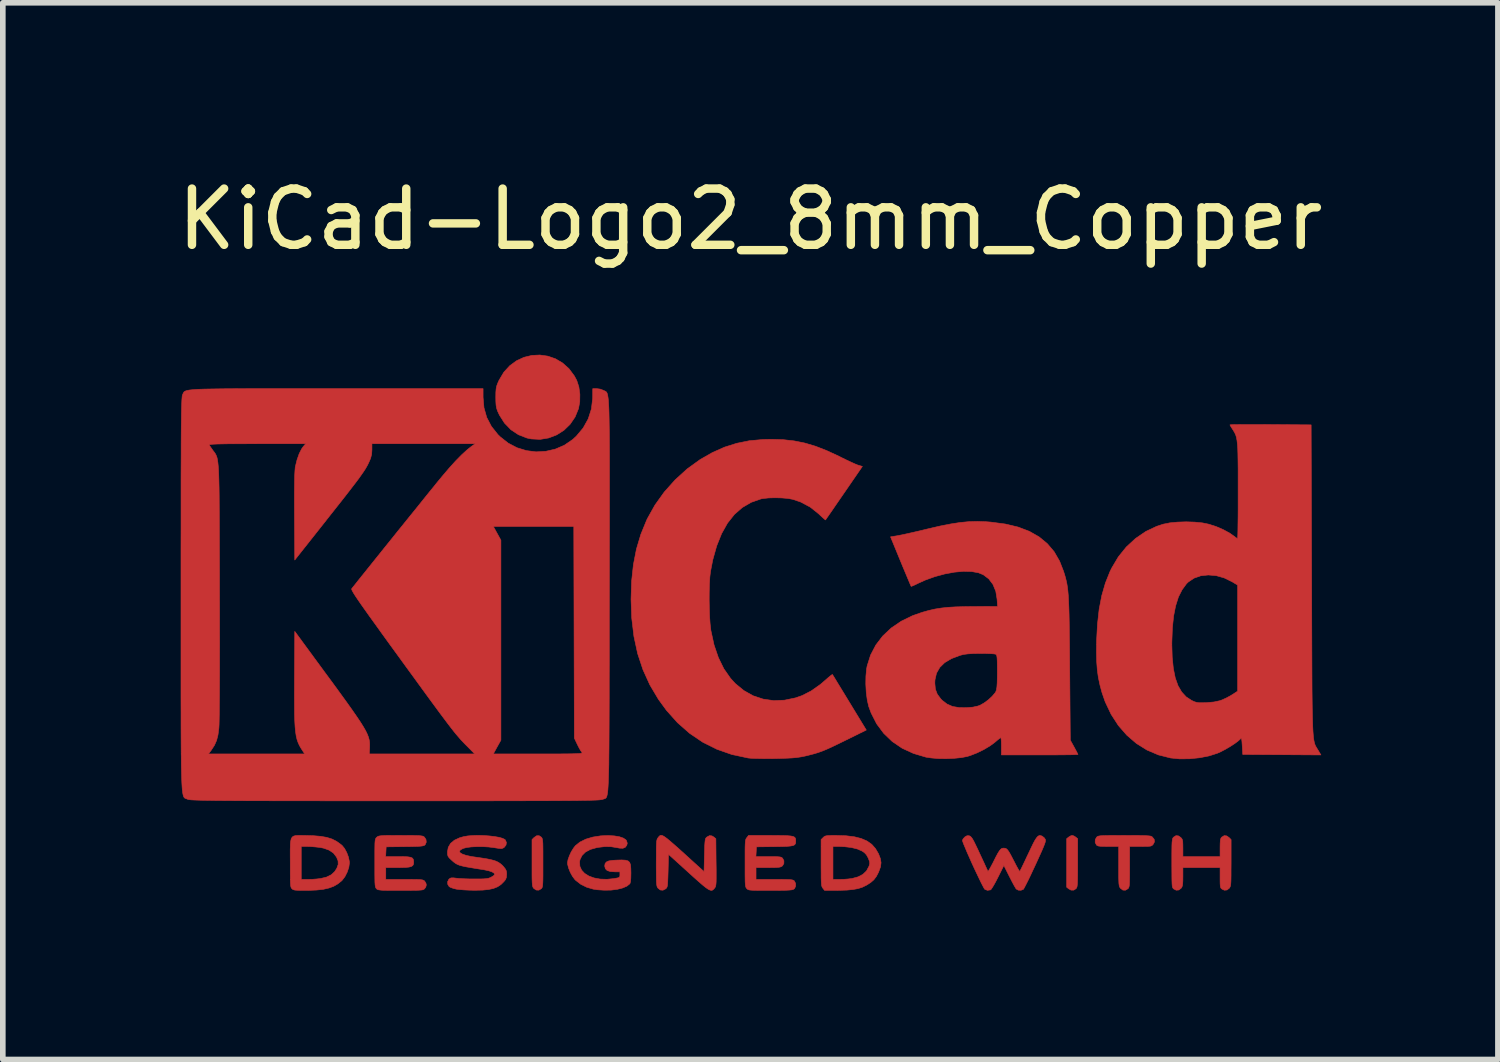
<source format=kicad_pcb>
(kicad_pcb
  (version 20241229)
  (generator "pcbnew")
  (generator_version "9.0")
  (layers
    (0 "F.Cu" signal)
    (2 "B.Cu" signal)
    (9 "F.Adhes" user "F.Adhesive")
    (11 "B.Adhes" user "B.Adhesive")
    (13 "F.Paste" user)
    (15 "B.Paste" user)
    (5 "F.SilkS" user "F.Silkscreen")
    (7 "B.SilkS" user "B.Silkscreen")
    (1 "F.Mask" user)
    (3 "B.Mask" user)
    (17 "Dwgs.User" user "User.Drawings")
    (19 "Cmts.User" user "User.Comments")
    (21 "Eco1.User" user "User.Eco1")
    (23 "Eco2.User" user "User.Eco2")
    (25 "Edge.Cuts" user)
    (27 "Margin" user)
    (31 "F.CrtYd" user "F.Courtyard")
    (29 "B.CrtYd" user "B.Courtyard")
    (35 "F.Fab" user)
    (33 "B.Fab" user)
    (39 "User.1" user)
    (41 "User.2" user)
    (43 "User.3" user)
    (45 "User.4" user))
  (footprint "KiCad-Logo2_8mm_Copper"
    (layer "F.Cu")
    (at 10.292 7.198)
    (property "Reference" "KiCad-Logo2_8mm_Copper" (at 0 -6.35 0) (layer "F.SilkS") (effects (font (size 1 1) (thickness 0.15))))
    (attr board_only exclude_from_pos_files exclude_from_bom allow_missing_courtyard)
    (fp_poly (pts (xy 5.752 4.615) (xy 5.783 4.635) (xy 5.819 4.664) (xy 5.819 5.092) (xy 5.819 5.217) (xy 5.818 5.316) (xy 5.817 5.391) (xy 5.815 5.447) (xy 5.812 5.487) (xy 5.808 5.515) (xy 5.802 5.533) (xy 5.795 5.545) (xy 5.79 5.552) (xy 5.748 5.579) (xy 5.701 5.578) (xy 5.659 5.555) (xy 5.623 5.526) (xy 5.623 4.664) (xy 5.659 4.635) (xy 5.693 4.614) (xy 5.721 4.606) (xy 5.752 4.615)) (stroke (width 0.01) (type solid)) (fill yes) (layer "F.Cu"))
    (fp_poly (pts (xy -3.718 4.636) (xy -3.709 4.647) (xy -3.702 4.66) (xy -3.697 4.679) (xy -3.693 4.708) (xy -3.69 4.751) (xy -3.689 4.811) (xy -3.688 4.89) (xy -3.688 4.994) (xy -3.688 5.095) (xy -3.688 5.22) (xy -3.688 5.318) (xy -3.689 5.393) (xy -3.691 5.449) (xy -3.694 5.489) (xy -3.698 5.516) (xy -3.703 5.533) (xy -3.711 5.545) (xy -3.718 5.553) (xy -3.762 5.579) (xy -3.808 5.577) (xy -3.85 5.549) (xy -3.86 5.537) (xy -3.867 5.524) (xy -3.873 5.506) (xy -3.877 5.479) (xy -3.88 5.439) (xy -3.882 5.383) (xy -3.883 5.308) (xy -3.883 5.209) (xy -3.883 5.097) (xy -3.883 4.68) (xy -3.846 4.643) (xy -3.801 4.612) (xy -3.756 4.611) (xy -3.718 4.636)) (stroke (width 0.01) (type solid)) (fill yes) (layer "F.Cu"))
    (fp_poly (pts (xy -3.602 -3.916) (xy -3.466 -3.869) (xy -3.339 -3.794) (xy -3.226 -3.693) (xy -3.13 -3.564) (xy -3.087 -3.483) (xy -3.05 -3.37) (xy -3.032 -3.239) (xy -3.034 -3.105) (xy -3.056 -2.983) (xy -3.117 -2.834) (xy -3.205 -2.705) (xy -3.315 -2.598) (xy -3.444 -2.516) (xy -3.587 -2.461) (xy -3.739 -2.436) (xy -3.896 -2.444) (xy -3.973 -2.46) (xy -4.124 -2.519) (xy -4.258 -2.608) (xy -4.372 -2.726) (xy -4.463 -2.869) (xy -4.47 -2.885) (xy -4.497 -2.943) (xy -4.513 -2.993) (xy -4.522 -3.045) (xy -4.526 -3.111) (xy -4.527 -3.184) (xy -4.526 -3.271) (xy -4.521 -3.334) (xy -4.511 -3.385) (xy -4.492 -3.436) (xy -4.469 -3.487) (xy -4.384 -3.63) (xy -4.279 -3.745) (xy -4.158 -3.834) (xy -4.026 -3.895) (xy -3.886 -3.929) (xy -3.744 -3.936) (xy -3.602 -3.916)) (stroke (width 0.01) (type solid)) (fill yes) (layer "F.Cu"))
    (fp_poly (pts (xy 6.783 4.607) (xy 6.887 4.607) (xy 6.969 4.608) (xy 7.03 4.61) (xy 7.074 4.613) (xy 7.105 4.616) (xy 7.126 4.621) (xy 7.139 4.628) (xy 7.146 4.633) (xy 7.18 4.676) (xy 7.184 4.721) (xy 7.163 4.762) (xy 7.149 4.778) (xy 7.134 4.789) (xy 7.113 4.796) (xy 7.079 4.8) (xy 7.027 4.801) (xy 6.952 4.802) (xy 6.937 4.802) (xy 6.743 4.802) (xy 6.743 5.163) (xy 6.743 5.276) (xy 6.742 5.364) (xy 6.741 5.429) (xy 6.739 5.475) (xy 6.735 5.507) (xy 6.729 5.528) (xy 6.722 5.543) (xy 6.713 5.553) (xy 6.669 5.58) (xy 6.623 5.578) (xy 6.582 5.547) (xy 6.579 5.544) (xy 6.569 5.53) (xy 6.561 5.513) (xy 6.556 5.49) (xy 6.552 5.457) (xy 6.55 5.409) (xy 6.548 5.343) (xy 6.548 5.254) (xy 6.548 5.153) (xy 6.548 4.802) (xy 6.362 4.802) (xy 6.282 4.801) (xy 6.227 4.799) (xy 6.191 4.795) (xy 6.168 4.787) (xy 6.153 4.776) (xy 6.152 4.774) (xy 6.13 4.73) (xy 6.132 4.68) (xy 6.157 4.636) (xy 6.167 4.628) (xy 6.179 4.621) (xy 6.198 4.616) (xy 6.226 4.612) (xy 6.267 4.61) (xy 6.324 4.608) (xy 6.4 4.607) (xy 6.499 4.607) (xy 6.624 4.606) (xy 6.651 4.606) (xy 6.783 4.607)) (stroke (width 0.01) (type solid)) (fill yes) (layer "F.Cu"))
    (fp_poly (pts (xy 8.468 4.614) (xy 8.51 4.643) (xy 8.547 4.68) (xy 8.547 5.092) (xy 8.546 5.214) (xy 8.546 5.31) (xy 8.545 5.384) (xy 8.543 5.438) (xy 8.54 5.476) (xy 8.536 5.503) (xy 8.529 5.521) (xy 8.522 5.535) (xy 8.515 5.544) (xy 8.474 5.576) (xy 8.427 5.58) (xy 8.385 5.56) (xy 8.37 5.548) (xy 8.361 5.532) (xy 8.355 5.507) (xy 8.352 5.466) (xy 8.351 5.405) (xy 8.351 5.357) (xy 8.351 5.178) (xy 7.69 5.178) (xy 7.69 5.341) (xy 7.689 5.416) (xy 7.686 5.467) (xy 7.681 5.501) (xy 7.671 5.526) (xy 7.659 5.544) (xy 7.618 5.576) (xy 7.571 5.58) (xy 7.526 5.557) (xy 7.514 5.545) (xy 7.506 5.529) (xy 7.5 5.504) (xy 7.497 5.465) (xy 7.495 5.406) (xy 7.494 5.324) (xy 7.494 5.305) (xy 7.493 5.15) (xy 7.493 5.023) (xy 7.493 4.919) (xy 7.494 4.838) (xy 7.495 4.775) (xy 7.497 4.728) (xy 7.501 4.695) (xy 7.505 4.671) (xy 7.51 4.656) (xy 7.517 4.645) (xy 7.525 4.636) (xy 7.567 4.61) (xy 7.611 4.614) (xy 7.653 4.643) (xy 7.67 4.662) (xy 7.681 4.684) (xy 7.687 4.714) (xy 7.689 4.76) (xy 7.69 4.828) (xy 7.69 4.982) (xy 8.351 4.982) (xy 8.351 4.824) (xy 8.352 4.752) (xy 8.355 4.703) (xy 8.36 4.671) (xy 8.37 4.649) (xy 8.381 4.636) (xy 8.424 4.61) (xy 8.468 4.614)) (stroke (width 0.01) (type solid)) (fill yes) (layer "F.Cu"))
    (fp_poly (pts (xy 1.531 4.607) (xy 1.703 4.612) (xy 1.849 4.63) (xy 1.971 4.661) (xy 2.073 4.705) (xy 2.157 4.764) (xy 2.224 4.84) (xy 2.278 4.932) (xy 2.279 4.934) (xy 2.311 5.017) (xy 2.323 5.09) (xy 2.314 5.164) (xy 2.283 5.248) (xy 2.278 5.261) (xy 2.239 5.336) (xy 2.195 5.394) (xy 2.139 5.443) (xy 2.062 5.492) (xy 2.057 5.494) (xy 1.99 5.527) (xy 1.915 5.551) (xy 1.825 5.567) (xy 1.718 5.578) (xy 1.586 5.582) (xy 1.54 5.583) (xy 1.319 5.583) (xy 1.288 5.544) (xy 1.279 5.531) (xy 1.272 5.516) (xy 1.266 5.494) (xy 1.263 5.464) (xy 1.26 5.42) (xy 1.259 5.388) (xy 1.468 5.388) (xy 1.593 5.388) (xy 1.666 5.386) (xy 1.741 5.38) (xy 1.802 5.372) (xy 1.806 5.372) (xy 1.916 5.342) (xy 2 5.298) (xy 2.064 5.237) (xy 2.107 5.157) (xy 2.115 5.136) (xy 2.122 5.103) (xy 2.119 5.071) (xy 2.103 5.028) (xy 2.094 5.006) (xy 2.063 4.95) (xy 2.025 4.91) (xy 1.984 4.883) (xy 1.902 4.847) (xy 1.796 4.821) (xy 1.673 4.806) (xy 1.584 4.802) (xy 1.468 4.802) (xy 1.468 5.388) (xy 1.259 5.388) (xy 1.258 5.36) (xy 1.258 5.279) (xy 1.257 5.174) (xy 1.257 5.092) (xy 1.257 4.68) (xy 1.294 4.643) (xy 1.31 4.628) (xy 1.328 4.618) (xy 1.353 4.612) (xy 1.39 4.608) (xy 1.446 4.607) (xy 1.526 4.607) (xy 1.531 4.607)) (stroke (width 0.01) (type solid)) (fill yes) (layer "F.Cu"))
    (fp_poly (pts (xy -7.975 4.606) (xy -7.922 4.607) (xy -7.768 4.611) (xy -7.639 4.622) (xy -7.531 4.641) (xy -7.439 4.67) (xy -7.358 4.711) (xy -7.286 4.763) (xy -7.259 4.785) (xy -7.216 4.838) (xy -7.177 4.91) (xy -7.147 4.99) (xy -7.131 5.067) (xy -7.129 5.095) (xy -7.14 5.173) (xy -7.169 5.259) (xy -7.21 5.34) (xy -7.259 5.404) (xy -7.267 5.412) (xy -7.335 5.467) (xy -7.409 5.51) (xy -7.493 5.541) (xy -7.593 5.564) (xy -7.712 5.577) (xy -7.854 5.583) (xy -7.919 5.583) (xy -8.002 5.583) (xy -8.06 5.581) (xy -8.099 5.578) (xy -8.125 5.571) (xy -8.142 5.562) (xy -8.151 5.553) (xy -8.16 5.543) (xy -8.167 5.53) (xy -8.172 5.511) (xy -8.176 5.481) (xy -8.179 5.439) (xy -8.18 5.379) (xy -8.181 5.299) (xy -8.181 5.196) (xy -8.181 5.095) (xy -8.182 4.961) (xy -8.182 4.853) (xy -8.18 4.802) (xy -7.986 4.802) (xy -7.986 5.388) (xy -7.862 5.388) (xy -7.787 5.386) (xy -7.709 5.38) (xy -7.644 5.372) (xy -7.642 5.372) (xy -7.537 5.347) (xy -7.455 5.307) (xy -7.393 5.251) (xy -7.353 5.189) (xy -7.329 5.122) (xy -7.331 5.058) (xy -7.359 4.99) (xy -7.414 4.919) (xy -7.491 4.867) (xy -7.59 4.832) (xy -7.657 4.819) (xy -7.732 4.811) (xy -7.812 4.804) (xy -7.881 4.802) (xy -7.885 4.802) (xy -7.986 4.802) (xy -8.18 4.802) (xy -8.18 4.77) (xy -8.174 4.708) (xy -8.163 4.663) (xy -8.145 4.634) (xy -8.119 4.617) (xy -8.083 4.608) (xy -8.036 4.606) (xy -7.975 4.606)) (stroke (width 0.01) (type solid)) (fill yes) (layer "F.Cu"))
    (fp_poly (pts (xy -1.556 4.612) (xy -1.524 4.631) (xy -1.483 4.661) (xy -1.431 4.704) (xy -1.364 4.762) (xy -1.281 4.835) (xy -1.18 4.926) (xy -1.065 5.031) (xy -0.824 5.249) (xy -0.817 4.957) (xy -0.814 4.856) (xy -0.812 4.781) (xy -0.808 4.727) (xy -0.804 4.691) (xy -0.799 4.667) (xy -0.79 4.651) (xy -0.78 4.64) (xy -0.774 4.635) (xy -0.728 4.61) (xy -0.684 4.614) (xy -0.649 4.635) (xy -0.614 4.664) (xy -0.61 5.083) (xy -0.608 5.206) (xy -0.608 5.303) (xy -0.608 5.377) (xy -0.609 5.432) (xy -0.612 5.471) (xy -0.616 5.499) (xy -0.621 5.518) (xy -0.629 5.532) (xy -0.637 5.543) (xy -0.655 5.564) (xy -0.673 5.578) (xy -0.693 5.583) (xy -0.718 5.578) (xy -0.751 5.562) (xy -0.793 5.533) (xy -0.848 5.489) (xy -0.917 5.429) (xy -1.004 5.352) (xy -1.102 5.263) (xy -1.456 4.942) (xy -1.463 5.234) (xy -1.466 5.335) (xy -1.469 5.41) (xy -1.472 5.463) (xy -1.476 5.5) (xy -1.482 5.523) (xy -1.49 5.539) (xy -1.501 5.55) (xy -1.506 5.555) (xy -1.555 5.58) (xy -1.602 5.576) (xy -1.642 5.544) (xy -1.652 5.531) (xy -1.659 5.515) (xy -1.664 5.494) (xy -1.668 5.464) (xy -1.671 5.42) (xy -1.672 5.359) (xy -1.673 5.278) (xy -1.674 5.173) (xy -1.674 5.095) (xy -1.673 4.973) (xy -1.673 4.878) (xy -1.672 4.805) (xy -1.67 4.751) (xy -1.667 4.713) (xy -1.662 4.686) (xy -1.656 4.668) (xy -1.648 4.654) (xy -1.642 4.646) (xy -1.627 4.627) (xy -1.613 4.613) (xy -1.598 4.605) (xy -1.58 4.604) (xy -1.556 4.612)) (stroke (width 0.01) (type solid)) (fill yes) (layer "F.Cu"))
    (fp_poly (pts (xy -2.421 4.614) (xy -2.33 4.629) (xy -2.26 4.653) (xy -2.214 4.684) (xy -2.202 4.702) (xy -2.189 4.744) (xy -2.198 4.781) (xy -2.225 4.817) (xy -2.266 4.834) (xy -2.327 4.832) (xy -2.374 4.823) (xy -2.478 4.806) (xy -2.584 4.804) (xy -2.703 4.818) (xy -2.736 4.824) (xy -2.846 4.855) (xy -2.933 4.902) (xy -2.994 4.963) (xy -3.03 5.037) (xy -3.037 5.075) (xy -3.032 5.154) (xy -3.001 5.223) (xy -2.947 5.281) (xy -2.872 5.328) (xy -2.779 5.362) (xy -2.671 5.382) (xy -2.551 5.386) (xy -2.422 5.373) (xy -2.415 5.371) (xy -2.364 5.362) (xy -2.335 5.353) (xy -2.323 5.339) (xy -2.32 5.316) (xy -2.32 5.304) (xy -2.32 5.253) (xy -2.411 5.253) (xy -2.492 5.247) (xy -2.546 5.23) (xy -2.578 5.198) (xy -2.59 5.152) (xy -2.59 5.146) (xy -2.583 5.106) (xy -2.56 5.078) (xy -2.517 5.059) (xy -2.45 5.049) (xy -2.385 5.045) (xy -2.291 5.042) (xy -2.223 5.046) (xy -2.176 5.059) (xy -2.147 5.085) (xy -2.132 5.127) (xy -2.126 5.191) (xy -2.124 5.273) (xy -2.126 5.366) (xy -2.132 5.429) (xy -2.141 5.462) (xy -2.143 5.465) (xy -2.195 5.507) (xy -2.271 5.54) (xy -2.366 5.564) (xy -2.476 5.578) (xy -2.596 5.58) (xy -2.72 5.572) (xy -2.793 5.561) (xy -2.908 5.528) (xy -3.015 5.475) (xy -3.104 5.406) (xy -3.118 5.393) (xy -3.162 5.335) (xy -3.202 5.263) (xy -3.232 5.188) (xy -3.25 5.119) (xy -3.252 5.093) (xy -3.243 5.038) (xy -3.219 4.97) (xy -3.186 4.898) (xy -3.146 4.833) (xy -3.112 4.789) (xy -3.031 4.724) (xy -2.926 4.672) (xy -2.801 4.635) (xy -2.66 4.613) (xy -2.53 4.608) (xy -2.421 4.614)) (stroke (width 0.01) (type solid)) (fill yes) (layer "F.Cu"))
    (fp_poly (pts (xy 0.482 4.607) (xy 0.583 4.608) (xy 0.661 4.611) (xy 0.719 4.616) (xy 0.758 4.624) (xy 0.784 4.636) (xy 0.798 4.652) (xy 0.805 4.673) (xy 0.806 4.699) (xy 0.806 4.703) (xy 0.805 4.733) (xy 0.799 4.756) (xy 0.784 4.774) (xy 0.757 4.786) (xy 0.715 4.794) (xy 0.655 4.8) (xy 0.572 4.803) (xy 0.463 4.805) (xy 0.43 4.805) (xy 0.107 4.809) (xy 0.103 4.896) (xy 0.098 4.982) (xy 0.322 4.982) (xy 0.41 4.982) (xy 0.472 4.984) (xy 0.515 4.987) (xy 0.542 4.992) (xy 0.56 5) (xy 0.573 5.012) (xy 0.573 5.012) (xy 0.596 5.056) (xy 0.595 5.105) (xy 0.571 5.146) (xy 0.566 5.15) (xy 0.549 5.161) (xy 0.525 5.169) (xy 0.49 5.174) (xy 0.438 5.176) (xy 0.364 5.177) (xy 0.316 5.178) (xy 0.1 5.178) (xy 0.1 5.388) (xy 0.428 5.388) (xy 0.537 5.388) (xy 0.619 5.389) (xy 0.679 5.391) (xy 0.721 5.393) (xy 0.749 5.398) (xy 0.767 5.404) (xy 0.778 5.412) (xy 0.781 5.415) (xy 0.803 5.457) (xy 0.805 5.505) (xy 0.787 5.547) (xy 0.773 5.56) (xy 0.758 5.567) (xy 0.736 5.573) (xy 0.702 5.577) (xy 0.653 5.58) (xy 0.585 5.582) (xy 0.495 5.583) (xy 0.379 5.583) (xy 0.353 5.583) (xy 0.235 5.583) (xy 0.143 5.583) (xy 0.075 5.582) (xy 0.025 5.58) (xy -0.01 5.577) (xy -0.033 5.572) (xy -0.048 5.565) (xy -0.059 5.557) (xy -0.065 5.55) (xy -0.074 5.539) (xy -0.081 5.526) (xy -0.086 5.506) (xy -0.09 5.477) (xy -0.093 5.434) (xy -0.094 5.374) (xy -0.095 5.294) (xy -0.095 5.189) (xy -0.095 5.102) (xy -0.095 4.979) (xy -0.095 4.882) (xy -0.094 4.808) (xy -0.092 4.754) (xy -0.089 4.715) (xy -0.085 4.688) (xy -0.079 4.669) (xy -0.071 4.655) (xy -0.064 4.646) (xy -0.033 4.606) (xy 0.353 4.606) (xy 0.482 4.607)) (stroke (width 0.01) (type solid)) (fill yes) (layer "F.Cu"))
    (fp_poly (pts (xy -6.099 4.607) (xy -6.007 4.607) (xy -5.937 4.608) (xy -5.886 4.61) (xy -5.851 4.614) (xy -5.827 4.618) (xy -5.811 4.625) (xy -5.799 4.633) (xy -5.795 4.637) (xy -5.768 4.678) (xy -5.763 4.726) (xy -5.781 4.768) (xy -5.789 4.777) (xy -5.802 4.785) (xy -5.823 4.791) (xy -5.855 4.796) (xy -5.903 4.8) (xy -5.971 4.802) (xy -6.062 4.804) (xy -6.146 4.805) (xy -6.476 4.809) (xy -6.485 4.982) (xy -6.261 4.982) (xy -6.164 4.983) (xy -6.092 4.986) (xy -6.043 4.994) (xy -6.012 5.007) (xy -5.995 5.028) (xy -5.988 5.057) (xy -5.987 5.084) (xy -5.99 5.117) (xy -6.003 5.141) (xy -6.028 5.158) (xy -6.071 5.169) (xy -6.133 5.175) (xy -6.221 5.177) (xy -6.268 5.178) (xy -6.483 5.178) (xy -6.483 5.388) (xy -6.152 5.388) (xy -6.044 5.388) (xy -5.962 5.389) (xy -5.901 5.39) (xy -5.859 5.393) (xy -5.83 5.397) (xy -5.811 5.404) (xy -5.798 5.412) (xy -5.792 5.418) (xy -5.769 5.454) (xy -5.762 5.486) (xy -5.772 5.525) (xy -5.792 5.553) (xy -5.802 5.562) (xy -5.816 5.569) (xy -5.836 5.575) (xy -5.866 5.578) (xy -5.911 5.581) (xy -5.973 5.582) (xy -6.056 5.583) (xy -6.164 5.583) (xy -6.22 5.583) (xy -6.34 5.583) (xy -6.434 5.583) (xy -6.505 5.582) (xy -6.556 5.58) (xy -6.592 5.576) (xy -6.617 5.572) (xy -6.633 5.566) (xy -6.644 5.558) (xy -6.648 5.553) (xy -6.657 5.543) (xy -6.664 5.53) (xy -6.669 5.511) (xy -6.673 5.481) (xy -6.676 5.438) (xy -6.677 5.379) (xy -6.678 5.298) (xy -6.678 5.194) (xy -6.678 5.097) (xy -6.678 4.973) (xy -6.678 4.876) (xy -6.677 4.801) (xy -6.676 4.746) (xy -6.673 4.707) (xy -6.669 4.681) (xy -6.663 4.663) (xy -6.656 4.651) (xy -6.646 4.641) (xy -6.644 4.639) (xy -6.632 4.629) (xy -6.619 4.622) (xy -6.6 4.616) (xy -6.571 4.612) (xy -6.53 4.609) (xy -6.472 4.607) (xy -6.394 4.607) (xy -6.291 4.606) (xy -6.218 4.606) (xy -6.099 4.607)) (stroke (width 0.01) (type solid)) (fill yes) (layer "F.Cu"))
    (fp_poly (pts (xy 5.161 4.609) (xy 5.187 4.618) (xy 5.188 4.619) (xy 5.223 4.646) (xy 5.243 4.674) (xy 5.246 4.687) (xy 5.246 4.704) (xy 5.241 4.729) (xy 5.229 4.764) (xy 5.21 4.812) (xy 5.182 4.878) (xy 5.144 4.962) (xy 5.095 5.07) (xy 5.068 5.129) (xy 5.019 5.233) (xy 4.974 5.33) (xy 4.933 5.414) (xy 4.898 5.483) (xy 4.872 5.533) (xy 4.856 5.561) (xy 4.852 5.565) (xy 4.811 5.581) (xy 4.764 5.579) (xy 4.727 5.559) (xy 4.725 5.557) (xy 4.711 5.534) (xy 4.686 5.491) (xy 4.654 5.431) (xy 4.618 5.361) (xy 4.605 5.336) (xy 4.507 5.14) (xy 4.401 5.352) (xy 4.363 5.426) (xy 4.328 5.489) (xy 4.298 5.538) (xy 4.277 5.568) (xy 4.27 5.574) (xy 4.215 5.582) (xy 4.169 5.565) (xy 4.155 5.546) (xy 4.132 5.503) (xy 4.101 5.442) (xy 4.064 5.366) (xy 4.022 5.278) (xy 3.978 5.185) (xy 3.934 5.089) (xy 3.892 4.994) (xy 3.853 4.906) (xy 3.82 4.827) (xy 3.793 4.763) (xy 3.776 4.717) (xy 3.77 4.693) (xy 3.77 4.692) (xy 3.785 4.663) (xy 3.814 4.633) (xy 3.816 4.631) (xy 3.852 4.611) (xy 3.885 4.611) (xy 3.898 4.615) (xy 3.913 4.623) (xy 3.929 4.64) (xy 3.949 4.667) (xy 3.973 4.71) (xy 4.003 4.771) (xy 4.043 4.854) (xy 4.078 4.93) (xy 4.119 5.018) (xy 4.156 5.097) (xy 4.186 5.164) (xy 4.209 5.213) (xy 4.221 5.241) (xy 4.223 5.245) (xy 4.231 5.238) (xy 4.25 5.208) (xy 4.277 5.16) (xy 4.31 5.098) (xy 4.323 5.072) (xy 4.366 4.986) (xy 4.4 4.923) (xy 4.427 4.88) (xy 4.449 4.853) (xy 4.469 4.838) (xy 4.491 4.832) (xy 4.505 4.832) (xy 4.529 4.834) (xy 4.551 4.843) (xy 4.573 4.863) (xy 4.597 4.897) (xy 4.627 4.949) (xy 4.665 5.022) (xy 4.687 5.064) (xy 4.721 5.131) (xy 4.751 5.186) (xy 4.774 5.226) (xy 4.787 5.244) (xy 4.789 5.245) (xy 4.798 5.23) (xy 4.817 5.193) (xy 4.845 5.135) (xy 4.88 5.062) (xy 4.919 4.978) (xy 4.939 4.937) (xy 4.99 4.829) (xy 5.03 4.746) (xy 5.063 4.685) (xy 5.091 4.644) (xy 5.115 4.619) (xy 5.137 4.608) (xy 5.161 4.609)) (stroke (width 0.01) (type solid)) (fill yes) (layer "F.Cu"))
    (fp_poly (pts (xy -4.74 4.608) (xy -4.64 4.615) (xy -4.548 4.626) (xy -4.467 4.64) (xy -4.405 4.658) (xy -4.365 4.678) (xy -4.359 4.684) (xy -4.338 4.73) (xy -4.345 4.777) (xy -4.377 4.818) (xy -4.379 4.819) (xy -4.398 4.831) (xy -4.418 4.838) (xy -4.446 4.839) (xy -4.489 4.834) (xy -4.554 4.824) (xy -4.559 4.823) (xy -4.656 4.811) (xy -4.761 4.805) (xy -4.865 4.805) (xy -4.963 4.81) (xy -5.047 4.821) (xy -5.108 4.837) (xy -5.112 4.839) (xy -5.157 4.864) (xy -5.173 4.889) (xy -5.161 4.914) (xy -5.121 4.938) (xy -5.056 4.96) (xy -4.965 4.98) (xy -4.905 4.989) (xy -4.78 5.007) (xy -4.68 5.023) (xy -4.601 5.04) (xy -4.54 5.057) (xy -4.492 5.078) (xy -4.453 5.102) (xy -4.417 5.132) (xy -4.389 5.161) (xy -4.356 5.203) (xy -4.339 5.238) (xy -4.334 5.281) (xy -4.334 5.297) (xy -4.338 5.35) (xy -4.353 5.39) (xy -4.38 5.424) (xy -4.434 5.478) (xy -4.495 5.519) (xy -4.567 5.548) (xy -4.653 5.567) (xy -4.76 5.578) (xy -4.891 5.581) (xy -4.912 5.581) (xy -5 5.579) (xy -5.086 5.575) (xy -5.163 5.569) (xy -5.22 5.562) (xy -5.224 5.562) (xy -5.281 5.548) (xy -5.329 5.531) (xy -5.356 5.516) (xy -5.381 5.475) (xy -5.383 5.428) (xy -5.361 5.385) (xy -5.356 5.381) (xy -5.336 5.366) (xy -5.311 5.36) (xy -5.272 5.361) (xy -5.224 5.367) (xy -5.172 5.372) (xy -5.098 5.376) (xy -5.011 5.379) (xy -4.921 5.38) (xy -4.897 5.38) (xy -4.807 5.38) (xy -4.741 5.378) (xy -4.693 5.374) (xy -4.658 5.368) (xy -4.63 5.358) (xy -4.613 5.35) (xy -4.575 5.328) (xy -4.551 5.308) (xy -4.548 5.302) (xy -4.555 5.279) (xy -4.59 5.256) (xy -4.65 5.235) (xy -4.733 5.217) (xy -4.758 5.213) (xy -4.886 5.193) (xy -4.987 5.176) (xy -5.068 5.162) (xy -5.13 5.148) (xy -5.178 5.134) (xy -5.216 5.118) (xy -5.248 5.099) (xy -5.278 5.077) (xy -5.309 5.049) (xy -5.32 5.039) (xy -5.357 5.003) (xy -5.377 4.974) (xy -5.385 4.941) (xy -5.386 4.899) (xy -5.372 4.818) (xy -5.331 4.748) (xy -5.263 4.691) (xy -5.168 4.647) (xy -5.1 4.628) (xy -5.027 4.615) (xy -4.939 4.608) (xy -4.841 4.605) (xy -4.74 4.608)) (stroke (width 0.01) (type solid)) (fill yes) (layer "F.Cu"))
    (fp_poly (pts (xy 0.581 -2.431) (xy 0.777 -2.409) (xy 0.967 -2.371) (xy 1.158 -2.314) (xy 1.358 -2.236) (xy 1.576 -2.135) (xy 1.615 -2.115) (xy 1.705 -2.071) (xy 1.79 -2.031) (xy 1.861 -1.999) (xy 1.91 -1.979) (xy 1.918 -1.977) (xy 1.991 -1.955) (xy 1.665 -1.481) (xy 1.585 -1.365) (xy 1.512 -1.259) (xy 1.449 -1.167) (xy 1.397 -1.092) (xy 1.359 -1.038) (xy 1.339 -1.008) (xy 1.335 -1.003) (xy 1.322 -1.013) (xy 1.288 -1.043) (xy 1.24 -1.087) (xy 1.214 -1.112) (xy 1.065 -1.231) (xy 0.897 -1.321) (xy 0.753 -1.37) (xy 0.666 -1.386) (xy 0.558 -1.395) (xy 0.44 -1.398) (xy 0.326 -1.395) (xy 0.229 -1.385) (xy 0.19 -1.378) (xy 0.015 -1.317) (xy -0.143 -1.225) (xy -0.284 -1.102) (xy -0.407 -0.947) (xy -0.512 -0.76) (xy -0.599 -0.543) (xy -0.669 -0.294) (xy -0.71 -0.082) (xy -0.721 0.012) (xy -0.728 0.134) (xy -0.732 0.273) (xy -0.733 0.423) (xy -0.73 0.575) (xy -0.725 0.718) (xy -0.716 0.846) (xy -0.704 0.949) (xy -0.702 0.964) (xy -0.646 1.22) (xy -0.569 1.445) (xy -0.472 1.643) (xy -0.353 1.813) (xy -0.269 1.905) (xy -0.117 2.03) (xy 0.049 2.123) (xy 0.227 2.182) (xy 0.414 2.209) (xy 0.607 2.201) (xy 0.803 2.16) (xy 0.92 2.119) (xy 1.08 2.037) (xy 1.246 1.92) (xy 1.339 1.84) (xy 1.391 1.794) (xy 1.432 1.761) (xy 1.455 1.745) (xy 1.458 1.744) (xy 1.469 1.761) (xy 1.496 1.804) (xy 1.537 1.872) (xy 1.59 1.959) (xy 1.653 2.062) (xy 1.723 2.177) (xy 1.762 2.241) (xy 2.061 2.732) (xy 1.688 2.916) (xy 1.553 2.982) (xy 1.444 3.034) (xy 1.354 3.075) (xy 1.276 3.107) (xy 1.203 3.133) (xy 1.13 3.155) (xy 1.049 3.176) (xy 0.971 3.195) (xy 0.901 3.209) (xy 0.829 3.22) (xy 0.746 3.228) (xy 0.645 3.233) (xy 0.52 3.237) (xy 0.435 3.239) (xy 0.315 3.24) (xy 0.199 3.239) (xy 0.096 3.237) (xy 0.013 3.234) (xy -0.042 3.229) (xy -0.045 3.228) (xy -0.33 3.167) (xy -0.598 3.073) (xy -0.848 2.948) (xy -1.08 2.791) (xy -1.295 2.602) (xy -1.492 2.382) (xy -1.635 2.186) (xy -1.787 1.93) (xy -1.91 1.659) (xy -2.005 1.372) (xy -2.071 1.066) (xy -2.11 0.74) (xy -2.122 0.408) (xy -2.112 0.087) (xy -2.08 -0.209) (xy -2.026 -0.486) (xy -1.948 -0.747) (xy -1.845 -0.999) (xy -1.833 -1.025) (xy -1.697 -1.268) (xy -1.531 -1.5) (xy -1.338 -1.716) (xy -1.125 -1.91) (xy -0.894 -2.077) (xy -0.679 -2.2) (xy -0.462 -2.297) (xy -0.244 -2.366) (xy -0.018 -2.412) (xy 0.226 -2.434) (xy 0.372 -2.437) (xy 0.581 -2.431)) (stroke (width 0.01) (type solid)) (fill yes) (layer "F.Cu"))
    (fp_poly (pts (xy 9.042 -2.7) (xy 9.196 -2.699) (xy 9.248 -2.699) (xy 9.97 -2.694) (xy 9.979 0.073) (xy 9.98 0.448) (xy 9.981 0.788) (xy 9.982 1.096) (xy 9.983 1.373) (xy 9.984 1.621) (xy 9.985 1.841) (xy 9.986 2.036) (xy 9.988 2.206) (xy 9.99 2.354) (xy 9.993 2.482) (xy 9.996 2.592) (xy 9.999 2.684) (xy 10.003 2.761) (xy 10.008 2.825) (xy 10.013 2.877) (xy 10.02 2.92) (xy 10.027 2.954) (xy 10.035 2.982) (xy 10.044 3.005) (xy 10.055 3.026) (xy 10.066 3.045) (xy 10.079 3.066) (xy 10.093 3.089) (xy 10.096 3.093) (xy 10.144 3.175) (xy 8.754 3.166) (xy 8.745 3.013) (xy 8.74 2.94) (xy 8.735 2.898) (xy 8.728 2.881) (xy 8.717 2.884) (xy 8.709 2.894) (xy 8.67 2.929) (xy 8.608 2.975) (xy 8.531 3.025) (xy 8.447 3.074) (xy 8.365 3.117) (xy 8.302 3.145) (xy 8.155 3.192) (xy 7.986 3.225) (xy 7.808 3.243) (xy 7.633 3.245) (xy 7.474 3.229) (xy 7.472 3.229) (xy 7.254 3.174) (xy 7.05 3.087) (xy 6.863 2.97) (xy 6.693 2.824) (xy 6.542 2.651) (xy 6.414 2.453) (xy 6.309 2.232) (xy 6.252 2.068) (xy 6.215 1.931) (xy 6.187 1.799) (xy 6.168 1.663) (xy 6.157 1.514) (xy 6.153 1.347) (xy 6.155 1.209) (xy 7.493 1.209) (xy 7.5 1.439) (xy 7.52 1.637) (xy 7.554 1.805) (xy 7.603 1.943) (xy 7.668 2.055) (xy 7.748 2.142) (xy 7.842 2.204) (xy 7.89 2.227) (xy 7.932 2.24) (xy 7.979 2.247) (xy 8.042 2.247) (xy 8.11 2.245) (xy 8.243 2.233) (xy 8.349 2.21) (xy 8.382 2.198) (xy 8.458 2.164) (xy 8.538 2.121) (xy 8.572 2.1) (xy 8.663 2.041) (xy 8.663 0.155) (xy 8.563 0.095) (xy 8.424 0.027) (xy 8.282 -0.013) (xy 8.142 -0.025) (xy 8.009 -0.011) (xy 7.889 0.031) (xy 7.787 0.099) (xy 7.754 0.131) (xy 7.675 0.239) (xy 7.61 0.368) (xy 7.561 0.523) (xy 7.525 0.704) (xy 7.503 0.915) (xy 7.494 1.157) (xy 7.493 1.209) (xy 6.155 1.209) (xy 6.155 1.152) (xy 6.171 0.854) (xy 6.201 0.584) (xy 6.248 0.34) (xy 6.312 0.118) (xy 6.394 -0.087) (xy 6.424 -0.148) (xy 6.542 -0.347) (xy 6.684 -0.523) (xy 6.848 -0.674) (xy 7.029 -0.798) (xy 7.225 -0.891) (xy 7.343 -0.929) (xy 7.458 -0.952) (xy 7.597 -0.965) (xy 7.748 -0.97) (xy 7.898 -0.965) (xy 8.038 -0.951) (xy 8.15 -0.928) (xy 8.283 -0.885) (xy 8.412 -0.829) (xy 8.525 -0.767) (xy 8.585 -0.725) (xy 8.627 -0.693) (xy 8.656 -0.674) (xy 8.662 -0.671) (xy 8.664 -0.689) (xy 8.666 -0.739) (xy 8.668 -0.819) (xy 8.669 -0.924) (xy 8.671 -1.051) (xy 8.672 -1.197) (xy 8.672 -1.357) (xy 8.672 -1.521) (xy 8.672 -1.731) (xy 8.672 -1.908) (xy 8.67 -2.055) (xy 8.668 -2.176) (xy 8.665 -2.274) (xy 8.659 -2.353) (xy 8.652 -2.416) (xy 8.643 -2.467) (xy 8.631 -2.508) (xy 8.616 -2.543) (xy 8.598 -2.576) (xy 8.577 -2.61) (xy 8.574 -2.614) (xy 8.546 -2.658) (xy 8.529 -2.688) (xy 8.527 -2.694) (xy 8.545 -2.696) (xy 8.595 -2.698) (xy 8.673 -2.699) (xy 8.776 -2.7) (xy 8.9 -2.7) (xy 9.042 -2.7)) (stroke (width 0.01) (type solid)) (fill yes) (layer "F.Cu"))
    (fp_poly (pts (xy 4.186 -0.972) (xy 4.276 -0.965) (xy 4.533 -0.931) (xy 4.76 -0.877) (xy 4.96 -0.801) (xy 5.132 -0.703) (xy 5.278 -0.583) (xy 5.4 -0.44) (xy 5.497 -0.272) (xy 5.568 -0.091) (xy 5.586 -0.033) (xy 5.602 0.021) (xy 5.615 0.075) (xy 5.627 0.13) (xy 5.637 0.191) (xy 5.645 0.26) (xy 5.652 0.339) (xy 5.657 0.433) (xy 5.662 0.543) (xy 5.666 0.672) (xy 5.669 0.825) (xy 5.671 1.003) (xy 5.674 1.209) (xy 5.676 1.447) (xy 5.677 1.633) (xy 5.688 2.912) (xy 5.756 3.035) (xy 5.788 3.094) (xy 5.812 3.14) (xy 5.823 3.165) (xy 5.824 3.167) (xy 5.806 3.168) (xy 5.757 3.17) (xy 5.678 3.172) (xy 5.576 3.173) (xy 5.453 3.174) (xy 5.314 3.175) (xy 5.162 3.175) (xy 5.144 3.175) (xy 4.463 3.175) (xy 4.463 3.021) (xy 4.462 2.951) (xy 4.459 2.898) (xy 4.454 2.869) (xy 4.452 2.867) (xy 4.434 2.878) (xy 4.397 2.907) (xy 4.349 2.948) (xy 4.348 2.949) (xy 4.26 3.014) (xy 4.149 3.08) (xy 4.028 3.139) (xy 3.908 3.186) (xy 3.855 3.202) (xy 3.751 3.222) (xy 3.622 3.235) (xy 3.481 3.241) (xy 3.34 3.239) (xy 3.211 3.228) (xy 3.121 3.214) (xy 2.899 3.148) (xy 2.699 3.056) (xy 2.522 2.936) (xy 2.371 2.791) (xy 2.245 2.622) (xy 2.147 2.43) (xy 2.104 2.313) (xy 2.078 2.2) (xy 2.06 2.064) (xy 2.052 1.917) (xy 2.052 1.896) (xy 3.279 1.896) (xy 3.289 2.005) (xy 3.323 2.095) (xy 3.386 2.179) (xy 3.41 2.204) (xy 3.496 2.27) (xy 3.594 2.313) (xy 3.713 2.333) (xy 3.837 2.335) (xy 3.956 2.325) (xy 4.046 2.305) (xy 4.086 2.29) (xy 4.156 2.25) (xy 4.232 2.194) (xy 4.3 2.131) (xy 4.351 2.07) (xy 4.365 2.047) (xy 4.375 2.016) (xy 4.383 1.967) (xy 4.388 1.894) (xy 4.39 1.793) (xy 4.391 1.697) (xy 4.39 1.585) (xy 4.389 1.504) (xy 4.386 1.449) (xy 4.381 1.414) (xy 4.373 1.394) (xy 4.362 1.384) (xy 4.359 1.383) (xy 4.33 1.378) (xy 4.272 1.374) (xy 4.193 1.371) (xy 4.102 1.37) (xy 4.082 1.37) (xy 3.96 1.372) (xy 3.866 1.378) (xy 3.791 1.388) (xy 3.729 1.404) (xy 3.575 1.462) (xy 3.455 1.533) (xy 3.367 1.619) (xy 3.309 1.721) (xy 3.282 1.839) (xy 3.279 1.896) (xy 2.052 1.896) (xy 2.054 1.774) (xy 2.066 1.645) (xy 2.076 1.592) (xy 2.137 1.399) (xy 2.23 1.221) (xy 2.353 1.06) (xy 2.504 0.918) (xy 2.682 0.797) (xy 2.885 0.698) (xy 3.057 0.638) (xy 3.172 0.606) (xy 3.282 0.581) (xy 3.395 0.563) (xy 3.516 0.55) (xy 3.654 0.542) (xy 3.816 0.538) (xy 3.962 0.536) (xy 4.395 0.535) (xy 4.386 0.405) (xy 4.363 0.264) (xy 4.313 0.143) (xy 4.238 0.044) (xy 4.141 -0.029) (xy 4.056 -0.064) (xy 3.934 -0.086) (xy 3.789 -0.09) (xy 3.627 -0.075) (xy 3.455 -0.043) (xy 3.281 0.004) (xy 3.111 0.065) (xy 2.987 0.121) (xy 2.928 0.15) (xy 2.882 0.17) (xy 2.859 0.178) (xy 2.858 0.178) (xy 2.85 0.16) (xy 2.83 0.114) (xy 2.8 0.042) (xy 2.762 -0.049) (xy 2.717 -0.156) (xy 2.672 -0.265) (xy 2.492 -0.703) (xy 2.62 -0.724) (xy 2.676 -0.735) (xy 2.76 -0.753) (xy 2.864 -0.776) (xy 2.982 -0.803) (xy 3.107 -0.833) (xy 3.157 -0.845) (xy 3.372 -0.895) (xy 3.56 -0.932) (xy 3.728 -0.958) (xy 3.884 -0.973) (xy 4.034 -0.977) (xy 4.186 -0.972)) (stroke (width 0.01) (type solid)) (fill yes) (layer "F.Cu"))
    (fp_poly (pts (xy -7.87 -3.338) (xy -7.521 -3.338) (xy -7.358 -3.338) (xy -4.753 -3.338) (xy -4.753 -3.185) (xy -4.737 -2.998) (xy -4.688 -2.826) (xy -4.605 -2.667) (xy -4.488 -2.52) (xy -4.448 -2.481) (xy -4.306 -2.369) (xy -4.149 -2.287) (xy -3.982 -2.236) (xy -3.81 -2.214) (xy -3.637 -2.224) (xy -3.468 -2.263) (xy -3.308 -2.332) (xy -3.162 -2.432) (xy -3.096 -2.492) (xy -2.973 -2.639) (xy -2.883 -2.801) (xy -2.827 -2.976) (xy -2.805 -3.161) (xy -2.804 -3.18) (xy -2.803 -3.338) (xy -2.733 -3.338) (xy -2.671 -3.33) (xy -2.615 -3.309) (xy -2.611 -3.307) (xy -2.598 -3.301) (xy -2.587 -3.296) (xy -2.576 -3.29) (xy -2.566 -3.284) (xy -2.557 -3.274) (xy -2.549 -3.26) (xy -2.542 -3.239) (xy -2.536 -3.211) (xy -2.53 -3.174) (xy -2.525 -3.127) (xy -2.521 -3.067) (xy -2.517 -2.994) (xy -2.514 -2.906) (xy -2.512 -2.801) (xy -2.51 -2.678) (xy -2.508 -2.535) (xy -2.507 -2.372) (xy -2.506 -2.186) (xy -2.506 -1.976) (xy -2.506 -1.74) (xy -2.506 -1.477) (xy -2.506 -1.185) (xy -2.506 -0.864) (xy -2.507 -0.511) (xy -2.507 -0.124) (xy -2.508 0.297) (xy -2.508 0.348) (xy -2.509 0.771) (xy -2.509 1.16) (xy -2.509 1.516) (xy -2.51 1.839) (xy -2.51 2.133) (xy -2.511 2.398) (xy -2.512 2.635) (xy -2.513 2.847) (xy -2.514 3.034) (xy -2.516 3.199) (xy -2.517 3.342) (xy -2.52 3.466) (xy -2.523 3.571) (xy -2.526 3.66) (xy -2.53 3.733) (xy -2.534 3.793) (xy -2.539 3.84) (xy -2.545 3.877) (xy -2.551 3.904) (xy -2.558 3.924) (xy -2.566 3.937) (xy -2.575 3.946) (xy -2.585 3.951) (xy -2.596 3.955) (xy -2.608 3.958) (xy -2.621 3.963) (xy -2.624 3.964) (xy -2.634 3.967) (xy -2.651 3.97) (xy -2.676 3.973) (xy -2.71 3.976) (xy -2.756 3.978) (xy -2.814 3.98) (xy -2.886 3.982) (xy -2.973 3.983) (xy -3.078 3.985) (xy -3.201 3.986) (xy -3.343 3.987) (xy -3.507 3.988) (xy -3.694 3.989) (xy -3.905 3.989) (xy -4.141 3.99) (xy -4.405 3.99) (xy -4.697 3.991) (xy -5.019 3.991) (xy -5.373 3.991) (xy -5.759 3.991) (xy -6.18 3.991) (xy -6.316 3.991) (xy -6.747 3.991) (xy -7.142 3.991) (xy -7.504 3.991) (xy -7.835 3.99) (xy -8.134 3.99) (xy -8.405 3.99) (xy -8.649 3.989) (xy -8.866 3.989) (xy -9.059 3.988) (xy -9.229 3.987) (xy -9.378 3.986) (xy -9.506 3.985) (xy -9.616 3.983) (xy -9.709 3.982) (xy -9.786 3.98) (xy -9.848 3.978) (xy -9.899 3.976) (xy -9.937 3.974) (xy -9.967 3.971) (xy -9.987 3.968) (xy -10.001 3.965) (xy -10.009 3.962) (xy -10.023 3.956) (xy -10.035 3.952) (xy -10.046 3.948) (xy -10.057 3.942) (xy -10.066 3.934) (xy -10.075 3.92) (xy -10.082 3.901) (xy -10.089 3.874) (xy -10.095 3.839) (xy -10.101 3.793) (xy -10.105 3.734) (xy -10.109 3.663) (xy -10.112 3.576) (xy -10.115 3.473) (xy -10.118 3.352) (xy -10.119 3.211) (xy -10.12 3.157) (xy -9.636 3.157) (xy -7.924 3.157) (xy -7.957 3.107) (xy -7.99 3.056) (xy -8.018 3.007) (xy -8.041 2.957) (xy -8.06 2.903) (xy -8.075 2.841) (xy -8.086 2.768) (xy -8.095 2.68) (xy -8.101 2.574) (xy -8.105 2.447) (xy -8.106 2.294) (xy -8.107 2.114) (xy -8.106 1.902) (xy -8.106 1.823) (xy -8.101 0.978) (xy -7.566 1.707) (xy -7.414 1.913) (xy -7.283 2.093) (xy -7.17 2.249) (xy -7.075 2.383) (xy -6.996 2.497) (xy -6.931 2.594) (xy -6.88 2.676) (xy -6.84 2.746) (xy -6.811 2.806) (xy -6.791 2.858) (xy -6.778 2.905) (xy -6.771 2.949) (xy -6.769 2.992) (xy -6.77 3.038) (xy -6.77 3.043) (xy -6.776 3.157) (xy -4.901 3.157) (xy -5.04 3.016) (xy -5.078 2.978) (xy -5.114 2.94) (xy -5.15 2.902) (xy -5.186 2.86) (xy -5.226 2.814) (xy -5.27 2.76) (xy -5.32 2.696) (xy -5.377 2.622) (xy -5.443 2.534) (xy -5.521 2.43) (xy -5.61 2.309) (xy -5.713 2.169) (xy -5.832 2.006) (xy -5.967 1.82) (xy -6.121 1.609) (xy -6.247 1.435) (xy -6.406 1.217) (xy -6.544 1.026) (xy -6.663 0.86) (xy -6.765 0.719) (xy -6.85 0.599) (xy -6.92 0.5) (xy -6.976 0.419) (xy -7.019 0.355) (xy -7.051 0.305) (xy -7.072 0.269) (xy -7.085 0.243) (xy -7.09 0.227) (xy -7.088 0.218) (xy -7.071 0.196) (xy -7.032 0.148) (xy -6.976 0.077) (xy -6.904 -0.013) (xy -6.818 -0.12) (xy -6.721 -0.241) (xy -6.615 -0.373) (xy -6.502 -0.514) (xy -6.385 -0.659) (xy -6.266 -0.808) (xy -6.2 -0.889) (xy -4.571 -0.889) (xy -4.504 -0.767) (xy -4.436 -0.644) (xy -4.436 2.912) (xy -4.504 3.034) (xy -4.571 3.157) (xy -3.771 3.157) (xy -3.579 3.157) (xy -3.422 3.157) (xy -3.294 3.156) (xy -3.193 3.155) (xy -3.117 3.153) (xy -3.062 3.151) (xy -3.025 3.148) (xy -3.004 3.144) (xy -2.994 3.139) (xy -2.993 3.132) (xy -2.999 3.125) (xy -2.999 3.125) (xy -3.022 3.092) (xy -3.052 3.038) (xy -3.079 2.984) (xy -3.13 2.876) (xy -3.135 0.993) (xy -3.14 -0.889) (xy -4.571 -0.889) (xy -6.2 -0.889) (xy -6.147 -0.955) (xy -6.03 -1.1) (xy -5.918 -1.238) (xy -5.814 -1.368) (xy -5.719 -1.486) (xy -5.635 -1.589) (xy -5.566 -1.675) (xy -5.512 -1.74) (xy -5.481 -1.778) (xy -5.36 -1.92) (xy -5.244 -2.049) (xy -5.136 -2.159) (xy -5.04 -2.247) (xy -4.973 -2.301) (xy -4.893 -2.359) (xy -6.729 -2.359) (xy -6.729 -2.251) (xy -6.734 -2.172) (xy -6.753 -2.098) (xy -6.783 -2.029) (xy -6.802 -1.989) (xy -6.823 -1.95) (xy -6.847 -1.909) (xy -6.877 -1.863) (xy -6.914 -1.81) (xy -6.959 -1.746) (xy -7.016 -1.67) (xy -7.086 -1.579) (xy -7.17 -1.47) (xy -7.271 -1.341) (xy -7.391 -1.189) (xy -7.532 -1.011) (xy -7.547 -0.991) (xy -8.101 -0.291) (xy -8.106 -1.066) (xy -8.107 -1.299) (xy -8.107 -1.495) (xy -8.105 -1.657) (xy -8.103 -1.784) (xy -8.098 -1.878) (xy -8.093 -1.938) (xy -8.091 -1.95) (xy -8.061 -2.071) (xy -8.023 -2.18) (xy -7.979 -2.267) (xy -7.953 -2.304) (xy -7.907 -2.359) (xy -8.772 -2.359) (xy -8.978 -2.358) (xy -9.15 -2.358) (xy -9.291 -2.357) (xy -9.404 -2.355) (xy -9.49 -2.353) (xy -9.553 -2.35) (xy -9.594 -2.347) (xy -9.616 -2.342) (xy -9.623 -2.337) (xy -9.622 -2.336) (xy -9.604 -2.308) (xy -9.573 -2.264) (xy -9.558 -2.242) (xy -9.541 -2.22) (xy -9.526 -2.2) (xy -9.513 -2.181) (xy -9.502 -2.16) (xy -9.491 -2.135) (xy -9.482 -2.106) (xy -9.475 -2.068) (xy -9.468 -2.022) (xy -9.462 -1.964) (xy -9.457 -1.893) (xy -9.453 -1.806) (xy -9.45 -1.703) (xy -9.447 -1.58) (xy -9.445 -1.436) (xy -9.444 -1.27) (xy -9.443 -1.078) (xy -9.442 -0.86) (xy -9.441 -0.613) (xy -9.44 -0.335) (xy -9.439 -0.024) (xy -9.439 0.261) (xy -9.438 0.579) (xy -9.438 0.883) (xy -9.437 1.17) (xy -9.438 1.439) (xy -9.438 1.687) (xy -9.439 1.913) (xy -9.44 2.114) (xy -9.442 2.289) (xy -9.443 2.436) (xy -9.445 2.553) (xy -9.447 2.638) (xy -9.45 2.689) (xy -9.45 2.694) (xy -9.466 2.818) (xy -9.491 2.917) (xy -9.529 3.003) (xy -9.585 3.089) (xy -9.591 3.098) (xy -9.636 3.157) (xy -10.12 3.157) (xy -10.121 3.049) (xy -10.122 2.865) (xy -10.123 2.657) (xy -10.123 2.423) (xy -10.124 2.162) (xy -10.124 1.873) (xy -10.124 1.554) (xy -10.124 1.203) (xy -10.124 0.82) (xy -10.124 0.401) (xy -10.124 0.318) (xy -10.124 -0.104) (xy -10.124 -0.492) (xy -10.123 -0.847) (xy -10.123 -1.169) (xy -10.123 -1.462) (xy -10.123 -1.725) (xy -10.122 -1.961) (xy -10.121 -2.172) (xy -10.121 -2.357) (xy -10.12 -2.521) (xy -10.119 -2.662) (xy -10.117 -2.784) (xy -10.116 -2.887) (xy -10.114 -2.974) (xy -10.112 -3.045) (xy -10.11 -3.102) (xy -10.108 -3.146) (xy -10.105 -3.18) (xy -10.103 -3.204) (xy -10.1 -3.22) (xy -10.096 -3.23) (xy -10.096 -3.23) (xy -10.089 -3.245) (xy -10.084 -3.258) (xy -10.077 -3.27) (xy -10.069 -3.281) (xy -10.056 -3.29) (xy -10.037 -3.299) (xy -10.011 -3.306) (xy -9.976 -3.313) (xy -9.929 -3.318) (xy -9.87 -3.323) (xy -9.796 -3.327) (xy -9.705 -3.33) (xy -9.597 -3.332) (xy -9.469 -3.334) (xy -9.319 -3.336) (xy -9.146 -3.337) (xy -8.948 -3.338) (xy -8.723 -3.338) (xy -8.47 -3.338) (xy -8.186 -3.338) (xy -7.87 -3.338)) (stroke (width 0.01) (type solid)) (fill yes) (layer "F.Cu")))
  (gr_rect
    (start -3 -3)
    (end 23.583 15.787)
    (stroke (width 0.1) (type default))
    (fill no)
    (layer "Edge.Cuts")))
</source>
